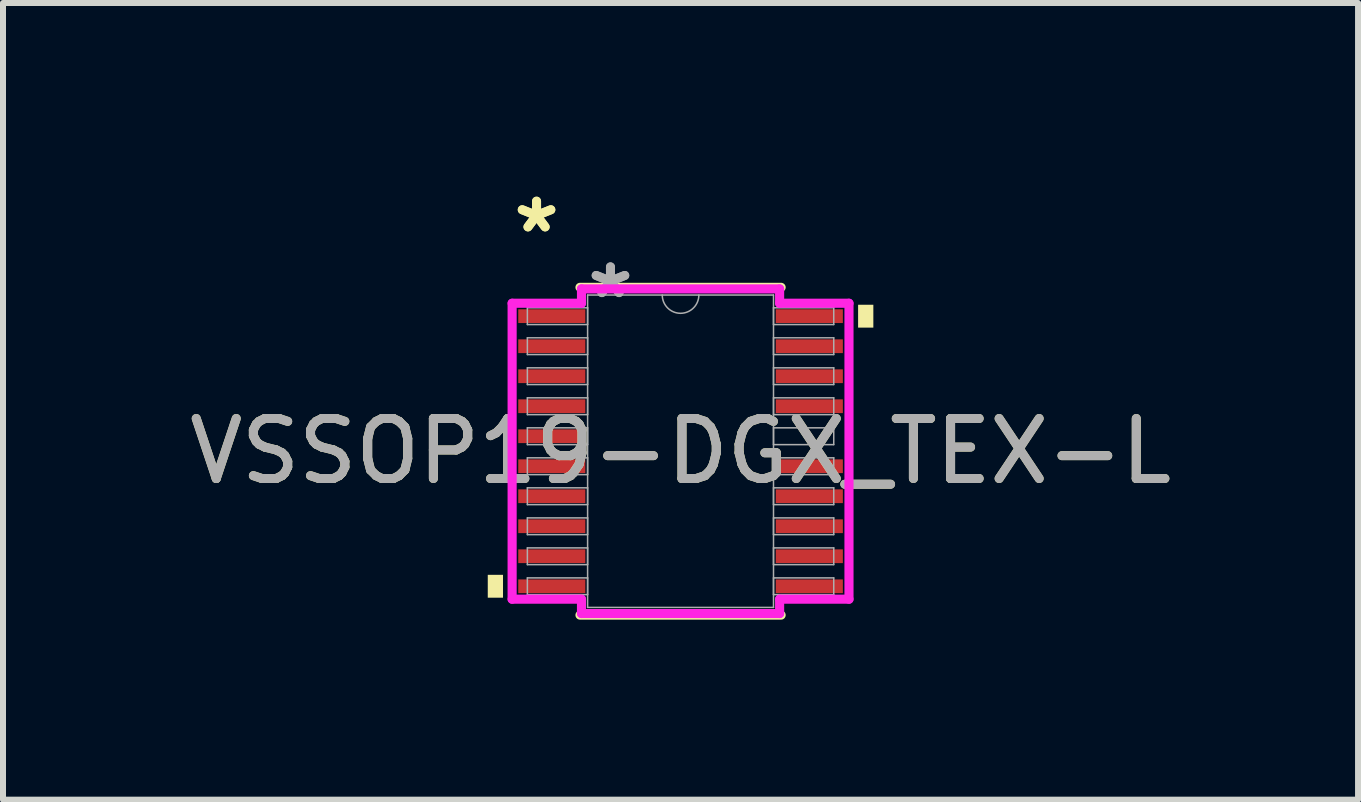
<source format=kicad_pcb>
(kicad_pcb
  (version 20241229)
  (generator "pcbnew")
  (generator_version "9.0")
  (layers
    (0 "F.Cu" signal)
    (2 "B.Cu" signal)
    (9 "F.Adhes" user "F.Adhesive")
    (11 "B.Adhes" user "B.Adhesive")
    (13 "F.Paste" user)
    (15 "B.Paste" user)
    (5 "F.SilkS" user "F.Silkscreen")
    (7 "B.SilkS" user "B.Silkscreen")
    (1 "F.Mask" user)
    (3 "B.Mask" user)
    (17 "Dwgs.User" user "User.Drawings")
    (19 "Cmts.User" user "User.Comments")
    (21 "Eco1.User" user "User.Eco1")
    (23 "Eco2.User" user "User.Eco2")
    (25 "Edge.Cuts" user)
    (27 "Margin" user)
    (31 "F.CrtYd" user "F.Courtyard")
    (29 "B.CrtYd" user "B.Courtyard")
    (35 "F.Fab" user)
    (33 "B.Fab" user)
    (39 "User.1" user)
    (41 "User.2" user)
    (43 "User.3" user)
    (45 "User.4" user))
  (footprint "VSSOP19-DGX_TEX-L"
    (layer "F.Cu")
    (at 8.292 4.47)
    (property "Reference" "VSSOP19-DGX_TEX-L" (at 0 0 0) (unlocked yes) (layer "F.SilkS") (effects (font (size 1 1) (thickness 0.15))))
    (attr smd)
    (fp_line (start -1.676 2.731) (end 1.676 2.731) (stroke (width 0.152) (type solid)) (layer "F.SilkS"))
    (fp_line (start 1.676 -2.731) (end -1.676 -2.731) (stroke (width 0.152) (type solid)) (layer "F.SilkS"))
    (fp_poly (pts (xy -3.213 2.06) (xy -3.213 2.441) (xy -2.959 2.441) (xy -2.959 2.06)) (stroke (width 0) (type solid)) (fill yes) (layer "F.SilkS"))
    (fp_poly (pts (xy 3.213 -2.441) (xy 3.213 -2.06) (xy 2.959 -2.06) (xy 2.959 -2.441)) (stroke (width 0) (type solid)) (fill yes) (layer "F.SilkS"))
    (fp_line (start -2.807 -2.466) (end -1.651 -2.466) (stroke (width 0.152) (type solid)) (layer "F.CrtYd"))
    (fp_line (start -2.807 2.466) (end -2.807 -2.466) (stroke (width 0.152) (type solid)) (layer "F.CrtYd"))
    (fp_line (start -2.807 2.466) (end -1.651 2.466) (stroke (width 0.152) (type solid)) (layer "F.CrtYd"))
    (fp_line (start -1.651 -2.705) (end 1.651 -2.705) (stroke (width 0.152) (type solid)) (layer "F.CrtYd"))
    (fp_line (start -1.651 -2.466) (end -1.651 -2.705) (stroke (width 0.152) (type solid)) (layer "F.CrtYd"))
    (fp_line (start -1.651 2.705) (end -1.651 2.466) (stroke (width 0.152) (type solid)) (layer "F.CrtYd"))
    (fp_line (start 1.651 -2.705) (end 1.651 -2.466) (stroke (width 0.152) (type solid)) (layer "F.CrtYd"))
    (fp_line (start 1.651 2.466) (end 1.651 2.705) (stroke (width 0.152) (type solid)) (layer "F.CrtYd"))
    (fp_line (start 1.651 2.705) (end -1.651 2.705) (stroke (width 0.152) (type solid)) (layer "F.CrtYd"))
    (fp_line (start 2.807 -2.466) (end 1.651 -2.466) (stroke (width 0.152) (type solid)) (layer "F.CrtYd"))
    (fp_line (start 2.807 -2.466) (end 2.807 2.466) (stroke (width 0.152) (type solid)) (layer "F.CrtYd"))
    (fp_line (start 2.807 2.466) (end 1.651 2.466) (stroke (width 0.152) (type solid)) (layer "F.CrtYd"))
    (fp_line (start -2.553 -2.39) (end -2.553 -2.111) (stroke (width 0.025) (type solid)) (layer "F.Fab"))
    (fp_line (start -2.553 -2.111) (end -1.549 -2.111) (stroke (width 0.025) (type solid)) (layer "F.Fab"))
    (fp_line (start -2.553 -1.89) (end -2.553 -1.611) (stroke (width 0.025) (type solid)) (layer "F.Fab"))
    (fp_line (start -2.553 -1.611) (end -1.549 -1.611) (stroke (width 0.025) (type solid)) (layer "F.Fab"))
    (fp_line (start -2.553 -1.39) (end -2.553 -1.111) (stroke (width 0.025) (type solid)) (layer "F.Fab"))
    (fp_line (start -2.553 -1.111) (end -1.549 -1.111) (stroke (width 0.025) (type solid)) (layer "F.Fab"))
    (fp_line (start -2.553 -0.89) (end -2.553 -0.61) (stroke (width 0.025) (type solid)) (layer "F.Fab"))
    (fp_line (start -2.553 -0.61) (end -1.549 -0.61) (stroke (width 0.025) (type solid)) (layer "F.Fab"))
    (fp_line (start -2.553 -0.39) (end -2.553 -0.11) (stroke (width 0.025) (type solid)) (layer "F.Fab"))
    (fp_line (start -2.553 -0.11) (end -1.549 -0.11) (stroke (width 0.025) (type solid)) (layer "F.Fab"))
    (fp_line (start -2.553 0.11) (end -2.553 0.39) (stroke (width 0.025) (type solid)) (layer "F.Fab"))
    (fp_line (start -2.553 0.39) (end -1.549 0.39) (stroke (width 0.025) (type solid)) (layer "F.Fab"))
    (fp_line (start -2.553 0.61) (end -2.553 0.89) (stroke (width 0.025) (type solid)) (layer "F.Fab"))
    (fp_line (start -2.553 0.89) (end -1.549 0.89) (stroke (width 0.025) (type solid)) (layer "F.Fab"))
    (fp_line (start -2.553 1.111) (end -2.553 1.39) (stroke (width 0.025) (type solid)) (layer "F.Fab"))
    (fp_line (start -2.553 1.39) (end -1.549 1.39) (stroke (width 0.025) (type solid)) (layer "F.Fab"))
    (fp_line (start -2.553 1.611) (end -2.553 1.89) (stroke (width 0.025) (type solid)) (layer "F.Fab"))
    (fp_line (start -2.553 1.89) (end -1.549 1.89) (stroke (width 0.025) (type solid)) (layer "F.Fab"))
    (fp_line (start -2.553 2.111) (end -2.553 2.39) (stroke (width 0.025) (type solid)) (layer "F.Fab"))
    (fp_line (start -2.553 2.39) (end -1.549 2.39) (stroke (width 0.025) (type solid)) (layer "F.Fab"))
    (fp_line (start -1.549 -2.603) (end -1.549 2.603) (stroke (width 0.025) (type solid)) (layer "F.Fab"))
    (fp_line (start -1.549 -2.39) (end -2.553 -2.39) (stroke (width 0.025) (type solid)) (layer "F.Fab"))
    (fp_line (start -1.549 -2.111) (end -1.549 -2.39) (stroke (width 0.025) (type solid)) (layer "F.Fab"))
    (fp_line (start -1.549 -1.89) (end -2.553 -1.89) (stroke (width 0.025) (type solid)) (layer "F.Fab"))
    (fp_line (start -1.549 -1.611) (end -1.549 -1.89) (stroke (width 0.025) (type solid)) (layer "F.Fab"))
    (fp_line (start -1.549 -1.39) (end -2.553 -1.39) (stroke (width 0.025) (type solid)) (layer "F.Fab"))
    (fp_line (start -1.549 -1.111) (end -1.549 -1.39) (stroke (width 0.025) (type solid)) (layer "F.Fab"))
    (fp_line (start -1.549 -0.89) (end -2.553 -0.89) (stroke (width 0.025) (type solid)) (layer "F.Fab"))
    (fp_line (start -1.549 -0.61) (end -1.549 -0.89) (stroke (width 0.025) (type solid)) (layer "F.Fab"))
    (fp_line (start -1.549 -0.39) (end -2.553 -0.39) (stroke (width 0.025) (type solid)) (layer "F.Fab"))
    (fp_line (start -1.549 -0.11) (end -1.549 -0.39) (stroke (width 0.025) (type solid)) (layer "F.Fab"))
    (fp_line (start -1.549 0.11) (end -2.553 0.11) (stroke (width 0.025) (type solid)) (layer "F.Fab"))
    (fp_line (start -1.549 0.39) (end -1.549 0.11) (stroke (width 0.025) (type solid)) (layer "F.Fab"))
    (fp_line (start -1.549 0.61) (end -2.553 0.61) (stroke (width 0.025) (type solid)) (layer "F.Fab"))
    (fp_line (start -1.549 0.89) (end -1.549 0.61) (stroke (width 0.025) (type solid)) (layer "F.Fab"))
    (fp_line (start -1.549 1.111) (end -2.553 1.111) (stroke (width 0.025) (type solid)) (layer "F.Fab"))
    (fp_line (start -1.549 1.39) (end -1.549 1.111) (stroke (width 0.025) (type solid)) (layer "F.Fab"))
    (fp_line (start -1.549 1.611) (end -2.553 1.611) (stroke (width 0.025) (type solid)) (layer "F.Fab"))
    (fp_line (start -1.549 1.89) (end -1.549 1.611) (stroke (width 0.025) (type solid)) (layer "F.Fab"))
    (fp_line (start -1.549 2.111) (end -2.553 2.111) (stroke (width 0.025) (type solid)) (layer "F.Fab"))
    (fp_line (start -1.549 2.39) (end -1.549 2.111) (stroke (width 0.025) (type solid)) (layer "F.Fab"))
    (fp_line (start -1.549 2.603) (end 1.549 2.603) (stroke (width 0.025) (type solid)) (layer "F.Fab"))
    (fp_line (start 1.549 -2.603) (end -1.549 -2.603) (stroke (width 0.025) (type solid)) (layer "F.Fab"))
    (fp_line (start 1.549 -2.39) (end 1.549 -2.111) (stroke (width 0.025) (type solid)) (layer "F.Fab"))
    (fp_line (start 1.549 -2.111) (end 2.553 -2.111) (stroke (width 0.025) (type solid)) (layer "F.Fab"))
    (fp_line (start 1.549 -1.89) (end 1.549 -1.611) (stroke (width 0.025) (type solid)) (layer "F.Fab"))
    (fp_line (start 1.549 -1.611) (end 2.553 -1.611) (stroke (width 0.025) (type solid)) (layer "F.Fab"))
    (fp_line (start 1.549 -1.39) (end 1.549 -1.111) (stroke (width 0.025) (type solid)) (layer "F.Fab"))
    (fp_line (start 1.549 -1.111) (end 2.553 -1.111) (stroke (width 0.025) (type solid)) (layer "F.Fab"))
    (fp_line (start 1.549 -0.89) (end 1.549 -0.61) (stroke (width 0.025) (type solid)) (layer "F.Fab"))
    (fp_line (start 1.549 -0.61) (end 2.553 -0.61) (stroke (width 0.025) (type solid)) (layer "F.Fab"))
    (fp_line (start 1.549 -0.39) (end 1.549 -0.11) (stroke (width 0.025) (type solid)) (layer "F.Fab"))
    (fp_line (start 1.549 -0.11) (end 2.553 -0.11) (stroke (width 0.025) (type solid)) (layer "F.Fab"))
    (fp_line (start 1.549 0.11) (end 1.549 0.39) (stroke (width 0.025) (type solid)) (layer "F.Fab"))
    (fp_line (start 1.549 0.39) (end 2.553 0.39) (stroke (width 0.025) (type solid)) (layer "F.Fab"))
    (fp_line (start 1.549 0.61) (end 1.549 0.89) (stroke (width 0.025) (type solid)) (layer "F.Fab"))
    (fp_line (start 1.549 0.89) (end 2.553 0.89) (stroke (width 0.025) (type solid)) (layer "F.Fab"))
    (fp_line (start 1.549 1.111) (end 1.549 1.39) (stroke (width 0.025) (type solid)) (layer "F.Fab"))
    (fp_line (start 1.549 1.39) (end 2.553 1.39) (stroke (width 0.025) (type solid)) (layer "F.Fab"))
    (fp_line (start 1.549 1.611) (end 1.549 1.89) (stroke (width 0.025) (type solid)) (layer "F.Fab"))
    (fp_line (start 1.549 1.89) (end 2.553 1.89) (stroke (width 0.025) (type solid)) (layer "F.Fab"))
    (fp_line (start 1.549 2.111) (end 1.549 2.39) (stroke (width 0.025) (type solid)) (layer "F.Fab"))
    (fp_line (start 1.549 2.39) (end 2.553 2.39) (stroke (width 0.025) (type solid)) (layer "F.Fab"))
    (fp_line (start 1.549 2.603) (end 1.549 -2.603) (stroke (width 0.025) (type solid)) (layer "F.Fab"))
    (fp_line (start 2.553 -2.39) (end 1.549 -2.39) (stroke (width 0.025) (type solid)) (layer "F.Fab"))
    (fp_line (start 2.553 -2.111) (end 2.553 -2.39) (stroke (width 0.025) (type solid)) (layer "F.Fab"))
    (fp_line (start 2.553 -1.89) (end 1.549 -1.89) (stroke (width 0.025) (type solid)) (layer "F.Fab"))
    (fp_line (start 2.553 -1.611) (end 2.553 -1.89) (stroke (width 0.025) (type solid)) (layer "F.Fab"))
    (fp_line (start 2.553 -1.39) (end 1.549 -1.39) (stroke (width 0.025) (type solid)) (layer "F.Fab"))
    (fp_line (start 2.553 -1.111) (end 2.553 -1.39) (stroke (width 0.025) (type solid)) (layer "F.Fab"))
    (fp_line (start 2.553 -0.89) (end 1.549 -0.89) (stroke (width 0.025) (type solid)) (layer "F.Fab"))
    (fp_line (start 2.553 -0.61) (end 2.553 -0.89) (stroke (width 0.025) (type solid)) (layer "F.Fab"))
    (fp_line (start 2.553 -0.39) (end 1.549 -0.39) (stroke (width 0.025) (type solid)) (layer "F.Fab"))
    (fp_line (start 2.553 -0.11) (end 2.553 -0.39) (stroke (width 0.025) (type solid)) (layer "F.Fab"))
    (fp_line (start 2.553 0.11) (end 1.549 0.11) (stroke (width 0.025) (type solid)) (layer "F.Fab"))
    (fp_line (start 2.553 0.39) (end 2.553 0.11) (stroke (width 0.025) (type solid)) (layer "F.Fab"))
    (fp_line (start 2.553 0.61) (end 1.549 0.61) (stroke (width 0.025) (type solid)) (layer "F.Fab"))
    (fp_line (start 2.553 0.89) (end 2.553 0.61) (stroke (width 0.025) (type solid)) (layer "F.Fab"))
    (fp_line (start 2.553 1.111) (end 1.549 1.111) (stroke (width 0.025) (type solid)) (layer "F.Fab"))
    (fp_line (start 2.553 1.39) (end 2.553 1.111) (stroke (width 0.025) (type solid)) (layer "F.Fab"))
    (fp_line (start 2.553 1.611) (end 1.549 1.611) (stroke (width 0.025) (type solid)) (layer "F.Fab"))
    (fp_line (start 2.553 1.89) (end 2.553 1.611) (stroke (width 0.025) (type solid)) (layer "F.Fab"))
    (fp_line (start 2.553 2.111) (end 1.549 2.111) (stroke (width 0.025) (type solid)) (layer "F.Fab"))
    (fp_line (start 2.553 2.39) (end 2.553 2.111) (stroke (width 0.025) (type solid)) (layer "F.Fab"))
    (fp_arc (start 0.3048 -2.6035) (mid 0 -2.2987) (end -0.3048 -2.6035) (stroke (width 0.0254) (type solid)) (layer "F.Fab"))
    (fp_text user "*" (at -2.4 -3.622 0) (unlocked yes) (layer "F.SilkS") (effects (font (size 1 1) (thickness 0.15))))
    (fp_text user "*" (at -2.4 -3.622 0) (layer "F.SilkS") (effects (font (size 1 1) (thickness 0.15))))
    (fp_text user "${REFERENCE}" (at 0 0 0) (unlocked yes) (layer "F.Fab") (effects (font (size 1 1) (thickness 0.15))))
    (fp_text user "*" (at -1.168 -2.527 0) (unlocked yes) (layer "F.Fab") (effects (font (size 1 1) (thickness 0.15))))
    (fp_text user "*" (at -1.168 -2.527 0) (layer "F.Fab") (effects (font (size 1 1) (thickness 0.15))))
    (pad "1" smd rect (at -2.146 -2.251) (size 1.118 0.229) (layers "F.Cu" "F.Mask" "F.Paste"))
    (pad "2" smd rect (at -2.146 -1.75) (size 1.118 0.229) (layers "F.Cu" "F.Mask" "F.Paste"))
    (pad "3" smd rect (at -2.146 -1.25) (size 1.118 0.229) (layers "F.Cu" "F.Mask" "F.Paste"))
    (pad "4" smd rect (at -2.146 -0.75) (size 1.118 0.229) (layers "F.Cu" "F.Mask" "F.Paste"))
    (pad "5" smd rect (at -2.146 -0.25) (size 1.118 0.229) (layers "F.Cu" "F.Mask" "F.Paste"))
    (pad "6" smd rect (at -2.146 0.25) (size 1.118 0.229) (layers "F.Cu" "F.Mask" "F.Paste"))
    (pad "7" smd rect (at -2.146 0.75) (size 1.118 0.229) (layers "F.Cu" "F.Mask" "F.Paste"))
    (pad "8" smd rect (at -2.146 1.25) (size 1.118 0.229) (layers "F.Cu" "F.Mask" "F.Paste"))
    (pad "9" smd rect (at -2.146 1.75) (size 1.118 0.229) (layers "F.Cu" "F.Mask" "F.Paste"))
    (pad "10" smd rect (at -2.146 2.251) (size 1.118 0.229) (layers "F.Cu" "F.Mask" "F.Paste"))
    (pad "11" smd rect (at 2.146 2.251) (size 1.118 0.229) (layers "F.Cu" "F.Mask" "F.Paste"))
    (pad "12" smd rect (at 2.146 1.75) (size 1.118 0.229) (layers "F.Cu" "F.Mask" "F.Paste"))
    (pad "13" smd rect (at 2.146 1.25) (size 1.118 0.229) (layers "F.Cu" "F.Mask" "F.Paste"))
    (pad "14" smd rect (at 2.146 0.75) (size 1.118 0.229) (layers "F.Cu" "F.Mask" "F.Paste"))
    (pad "15" smd rect (at 2.146 0.25) (size 1.118 0.229) (layers "F.Cu" "F.Mask" "F.Paste"))
    (pad "17" smd rect (at 2.146 -0.75) (size 1.118 0.229) (layers "F.Cu" "F.Mask" "F.Paste"))
    (pad "18" smd rect (at 2.146 -1.25) (size 1.118 0.229) (layers "F.Cu" "F.Mask" "F.Paste"))
    (pad "19" smd rect (at 2.146 -1.75) (size 1.118 0.229) (layers "F.Cu" "F.Mask" "F.Paste"))
    (pad "20" smd rect (at 2.146 -2.251) (size 1.118 0.229) (layers "F.Cu" "F.Mask" "F.Paste")))
  (gr_rect
    (start -3 -3)
    (end 19.583 10.277)
    (stroke (width 0.1) (type default))
    (fill no)
    (layer "Edge.Cuts")))
</source>
